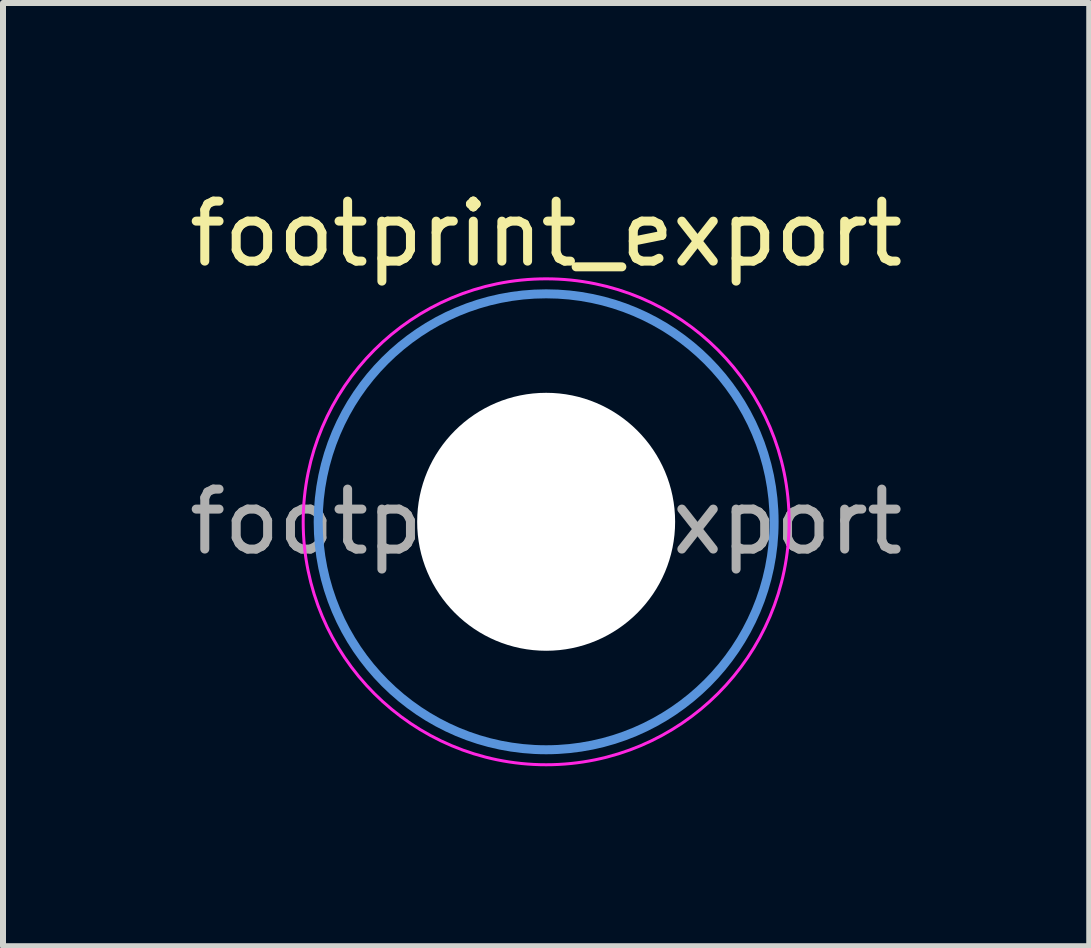
<source format=kicad_pcb>
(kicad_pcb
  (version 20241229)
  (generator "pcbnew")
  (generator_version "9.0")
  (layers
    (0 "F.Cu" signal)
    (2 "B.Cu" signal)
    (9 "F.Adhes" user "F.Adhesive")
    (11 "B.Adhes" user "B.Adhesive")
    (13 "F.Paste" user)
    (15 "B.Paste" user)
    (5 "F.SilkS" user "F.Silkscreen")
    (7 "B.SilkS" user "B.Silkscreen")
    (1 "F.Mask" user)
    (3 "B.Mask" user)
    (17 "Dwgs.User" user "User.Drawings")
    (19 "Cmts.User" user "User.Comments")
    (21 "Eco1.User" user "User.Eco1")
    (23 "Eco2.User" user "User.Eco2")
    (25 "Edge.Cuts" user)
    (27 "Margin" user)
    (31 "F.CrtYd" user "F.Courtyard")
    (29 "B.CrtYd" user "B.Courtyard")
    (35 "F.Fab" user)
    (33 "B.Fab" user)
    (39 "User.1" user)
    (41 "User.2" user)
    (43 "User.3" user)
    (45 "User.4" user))
  (footprint "footprint_export"
    (layer "F.Cu")
    (at 6.054 5.648)
    (property "Reference" "footprint_export" (at 0 -4.8 0) (layer "F.SilkS") (effects (font (size 1 1) (thickness 0.15))))
    (attr exclude_from_pos_files exclude_from_bom)
    (fp_circle (center 0 0) (end 3.8 0) (stroke (width 0.15) (type solid)) (fill no) (layer "Cmts.User"))
    (fp_circle (center 0 0) (end 4.05 0) (stroke (width 0.05) (type solid)) (fill no) (layer "F.CrtYd"))
    (fp_text user "${REFERENCE}" (at 0 0 0) (layer "F.Fab") (effects (font (size 1 1) (thickness 0.15))))
    (pad "" np_thru_hole circle (at 0 0) (size 4.3 4.3) (drill 4.3) (layers "*.Cu" "*.Mask")))
  (gr_rect
    (start -3 -3)
    (end 15.107 12.723)
    (stroke (width 0.1) (type default))
    (fill no)
    (layer "Edge.Cuts")))
</source>
